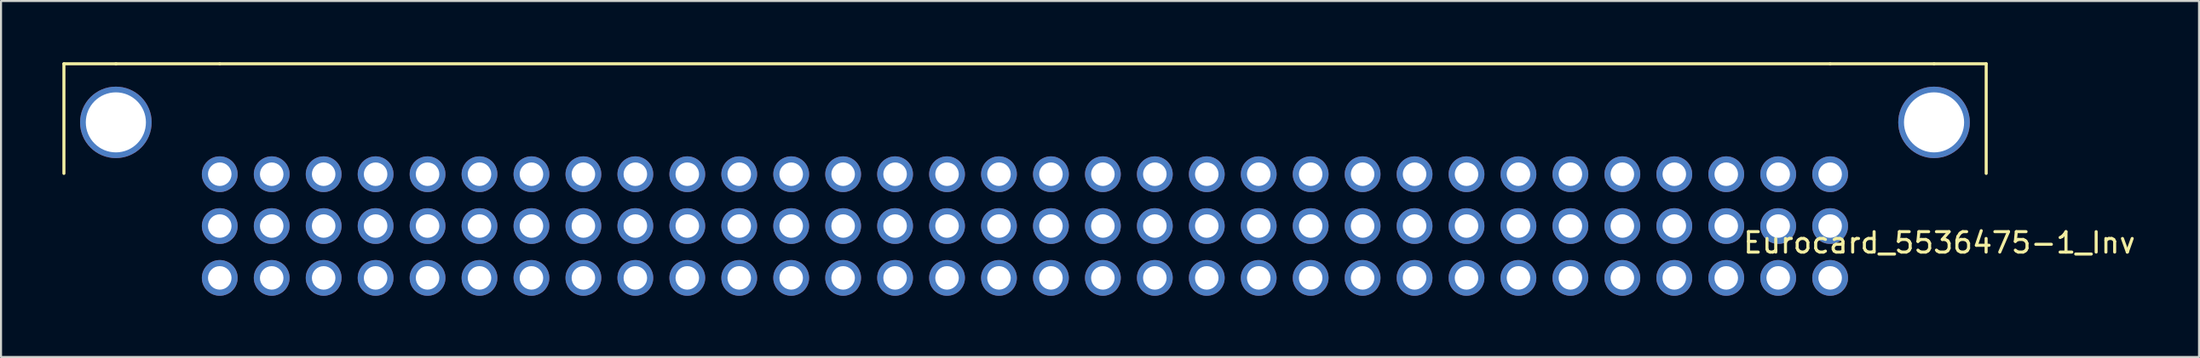
<source format=kicad_pcb>
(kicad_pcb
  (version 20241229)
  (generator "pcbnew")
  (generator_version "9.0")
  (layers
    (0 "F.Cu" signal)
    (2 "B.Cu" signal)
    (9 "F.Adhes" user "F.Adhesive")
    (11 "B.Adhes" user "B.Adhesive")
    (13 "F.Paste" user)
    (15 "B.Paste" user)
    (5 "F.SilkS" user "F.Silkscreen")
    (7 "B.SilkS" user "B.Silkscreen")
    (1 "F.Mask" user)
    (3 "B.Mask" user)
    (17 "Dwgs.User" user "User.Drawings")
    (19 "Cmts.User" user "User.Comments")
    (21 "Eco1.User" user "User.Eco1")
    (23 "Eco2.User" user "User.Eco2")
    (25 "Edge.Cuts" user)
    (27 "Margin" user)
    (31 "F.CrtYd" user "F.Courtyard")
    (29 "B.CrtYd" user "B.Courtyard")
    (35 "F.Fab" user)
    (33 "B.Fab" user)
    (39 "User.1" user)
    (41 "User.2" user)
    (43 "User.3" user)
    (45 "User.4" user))
  (footprint "Eurocard_5536475-1_Inv"
    (placed yes)
    (layer "F.Cu")
    (at 45.795 8.025)
    (property "Reference" "Eurocard_5536475-1_Inv" (at 45.98 0.82 0) (layer "F.SilkS") (effects (font (size 1 1) (thickness 0.15))))
    (attr through_hole)
    (fp_line (start -45.72 -7.95) (end -45.72 -2.58) (stroke (width 0.15) (type solid)) (layer "F.SilkS"))
    (fp_line (start -45.72 -7.95) (end -43.17 -7.95) (stroke (width 0.15) (type solid)) (layer "F.SilkS"))
    (fp_line (start -43.18 -7.95) (end -38.1 -7.95) (stroke (width 0.15) (type solid)) (layer "F.SilkS"))
    (fp_line (start -38.1 -7.95) (end 40.64 -7.95) (stroke (width 0.15) (type solid)) (layer "F.SilkS"))
    (fp_line (start 40.64 -7.95) (end 45.72 -7.95) (stroke (width 0.15) (type solid)) (layer "F.SilkS"))
    (fp_line (start 45.72 -7.95) (end 48.27 -7.95) (stroke (width 0.15) (type solid)) (layer "F.SilkS"))
    (fp_line (start 48.27 -7.95) (end 48.27 -2.58) (stroke (width 0.15) (type solid)) (layer "F.SilkS"))
    (pad "" np_thru_hole circle (at -43.18 -5.08 90) (size 3.5 3.5) (drill 2.94) (layers "*.Cu" "*.Mask"))
    (pad "" np_thru_hole circle (at 45.72 -5.08 90) (size 3.5 3.5) (drill 2.94) (layers "*.Cu" "*.Mask"))
    (pad "a1" thru_hole circle (at 40.64 -2.54 270) (size 1.75 1.75) (drill 1.15) (layers "*.Cu" "*.Mask"))
    (pad "a2" thru_hole circle (at 38.1 -2.54 270) (size 1.75 1.75) (drill 1.15) (layers "*.Cu" "*.Mask"))
    (pad "a3" thru_hole circle (at 35.56 -2.54 270) (size 1.75 1.75) (drill 1.15) (layers "*.Cu" "*.Mask"))
    (pad "a4" thru_hole circle (at 33.02 -2.54 270) (size 1.75 1.75) (drill 1.15) (layers "*.Cu" "*.Mask"))
    (pad "a5" thru_hole circle (at 30.48 -2.54 270) (size 1.75 1.75) (drill 1.15) (layers "*.Cu" "*.Mask"))
    (pad "a6" thru_hole circle (at 27.94 -2.54 270) (size 1.75 1.75) (drill 1.15) (layers "*.Cu" "*.Mask"))
    (pad "a7" thru_hole circle (at 25.4 -2.54 270) (size 1.75 1.75) (drill 1.15) (layers "*.Cu" "*.Mask"))
    (pad "a8" thru_hole circle (at 22.86 -2.54 270) (size 1.75 1.75) (drill 1.15) (layers "*.Cu" "*.Mask"))
    (pad "a9" thru_hole circle (at 20.32 -2.54 270) (size 1.75 1.75) (drill 1.15) (layers "*.Cu" "*.Mask"))
    (pad "a10" thru_hole circle (at 17.78 -2.54 270) (size 1.75 1.75) (drill 1.15) (layers "*.Cu" "*.Mask"))
    (pad "a11" thru_hole circle (at 15.24 -2.54 270) (size 1.75 1.75) (drill 1.15) (layers "*.Cu" "*.Mask"))
    (pad "a12" thru_hole circle (at 12.7 -2.54 270) (size 1.75 1.75) (drill 1.15) (layers "*.Cu" "*.Mask"))
    (pad "a13" thru_hole circle (at 10.16 -2.54 270) (size 1.75 1.75) (drill 1.15) (layers "*.Cu" "*.Mask"))
    (pad "a14" thru_hole circle (at 7.62 -2.54 270) (size 1.75 1.75) (drill 1.15) (layers "*.Cu" "*.Mask"))
    (pad "a15" thru_hole circle (at 5.08 -2.54 270) (size 1.75 1.75) (drill 1.15) (layers "*.Cu" "*.Mask"))
    (pad "a16" thru_hole circle (at 2.54 -2.54 270) (size 1.75 1.75) (drill 1.15) (layers "*.Cu" "*.Mask"))
    (pad "a17" thru_hole circle (at 0 -2.54 270) (size 1.75 1.75) (drill 1.15) (layers "*.Cu" "*.Mask"))
    (pad "a18" thru_hole circle (at -2.54 -2.54 270) (size 1.75 1.75) (drill 1.15) (layers "*.Cu" "*.Mask"))
    (pad "a19" thru_hole circle (at -5.08 -2.54 270) (size 1.75 1.75) (drill 1.15) (layers "*.Cu" "*.Mask"))
    (pad "a20" thru_hole circle (at -7.62 -2.54 270) (size 1.75 1.75) (drill 1.15) (layers "*.Cu" "*.Mask"))
    (pad "a21" thru_hole circle (at -10.16 -2.54 270) (size 1.75 1.75) (drill 1.15) (layers "*.Cu" "*.Mask"))
    (pad "a22" thru_hole circle (at -12.7 -2.54 270) (size 1.75 1.75) (drill 1.15) (layers "*.Cu" "*.Mask"))
    (pad "a23" thru_hole circle (at -15.24 -2.54 270) (size 1.75 1.75) (drill 1.15) (layers "*.Cu" "*.Mask"))
    (pad "a24" thru_hole circle (at -17.78 -2.54 270) (size 1.75 1.75) (drill 1.15) (layers "*.Cu" "*.Mask"))
    (pad "a25" thru_hole circle (at -20.32 -2.54 270) (size 1.75 1.75) (drill 1.15) (layers "*.Cu" "*.Mask"))
    (pad "a26" thru_hole circle (at -22.86 -2.54 270) (size 1.75 1.75) (drill 1.15) (layers "*.Cu" "*.Mask"))
    (pad "a27" thru_hole circle (at -25.4 -2.54 270) (size 1.75 1.75) (drill 1.15) (layers "*.Cu" "*.Mask"))
    (pad "a28" thru_hole circle (at -27.94 -2.54 270) (size 1.75 1.75) (drill 1.15) (layers "*.Cu" "*.Mask"))
    (pad "a29" thru_hole circle (at -30.48 -2.54 270) (size 1.75 1.75) (drill 1.15) (layers "*.Cu" "*.Mask"))
    (pad "a30" thru_hole circle (at -33.02 -2.54 270) (size 1.75 1.75) (drill 1.15) (layers "*.Cu" "*.Mask"))
    (pad "a31" thru_hole circle (at -35.56 -2.54 270) (size 1.75 1.75) (drill 1.15) (layers "*.Cu" "*.Mask"))
    (pad "a32" thru_hole circle (at -38.1 -2.54 270) (size 1.75 1.75) (drill 1.15) (layers "*.Cu" "*.Mask"))
    (pad "b1" thru_hole circle (at 40.64 0 270) (size 1.75 1.75) (drill 1.15) (layers "*.Cu" "*.Mask"))
    (pad "b2" thru_hole circle (at 38.1 0 270) (size 1.75 1.75) (drill 1.15) (layers "*.Cu" "*.Mask"))
    (pad "b3" thru_hole circle (at 35.56 0 270) (size 1.75 1.75) (drill 1.15) (layers "*.Cu" "*.Mask"))
    (pad "b4" thru_hole circle (at 33.02 0 270) (size 1.75 1.75) (drill 1.15) (layers "*.Cu" "*.Mask"))
    (pad "b5" thru_hole circle (at 30.48 0 270) (size 1.75 1.75) (drill 1.15) (layers "*.Cu" "*.Mask"))
    (pad "b6" thru_hole circle (at 27.94 0 270) (size 1.75 1.75) (drill 1.15) (layers "*.Cu" "*.Mask"))
    (pad "b7" thru_hole circle (at 25.4 0 270) (size 1.75 1.75) (drill 1.15) (layers "*.Cu" "*.Mask"))
    (pad "b8" thru_hole circle (at 22.86 0 270) (size 1.75 1.75) (drill 1.15) (layers "*.Cu" "*.Mask"))
    (pad "b9" thru_hole circle (at 20.32 0 270) (size 1.75 1.75) (drill 1.15) (layers "*.Cu" "*.Mask"))
    (pad "b10" thru_hole circle (at 17.78 0 270) (size 1.75 1.75) (drill 1.15) (layers "*.Cu" "*.Mask"))
    (pad "b11" thru_hole circle (at 15.24 0 270) (size 1.75 1.75) (drill 1.15) (layers "*.Cu" "*.Mask"))
    (pad "b12" thru_hole circle (at 12.7 0 270) (size 1.75 1.75) (drill 1.15) (layers "*.Cu" "*.Mask"))
    (pad "b13" thru_hole circle (at 10.16 0 270) (size 1.75 1.75) (drill 1.15) (layers "*.Cu" "*.Mask"))
    (pad "b14" thru_hole circle (at 7.62 0 270) (size 1.75 1.75) (drill 1.15) (layers "*.Cu" "*.Mask"))
    (pad "b15" thru_hole circle (at 5.08 0 270) (size 1.75 1.75) (drill 1.15) (layers "*.Cu" "*.Mask"))
    (pad "b16" thru_hole circle (at 2.54 0 270) (size 1.75 1.75) (drill 1.15) (layers "*.Cu" "*.Mask"))
    (pad "b17" thru_hole circle (at 0 0 270) (size 1.75 1.75) (drill 1.15) (layers "*.Cu" "*.Mask"))
    (pad "b18" thru_hole circle (at -2.54 0 270) (size 1.75 1.75) (drill 1.15) (layers "*.Cu" "*.Mask"))
    (pad "b19" thru_hole circle (at -5.08 0 270) (size 1.75 1.75) (drill 1.15) (layers "*.Cu" "*.Mask"))
    (pad "b20" thru_hole circle (at -7.62 0 270) (size 1.75 1.75) (drill 1.15) (layers "*.Cu" "*.Mask"))
    (pad "b21" thru_hole circle (at -10.16 0 270) (size 1.75 1.75) (drill 1.15) (layers "*.Cu" "*.Mask"))
    (pad "b22" thru_hole circle (at -12.7 0 270) (size 1.75 1.75) (drill 1.15) (layers "*.Cu" "*.Mask"))
    (pad "b23" thru_hole circle (at -15.24 0 270) (size 1.75 1.75) (drill 1.15) (layers "*.Cu" "*.Mask"))
    (pad "b24" thru_hole circle (at -17.78 0 270) (size 1.75 1.75) (drill 1.15) (layers "*.Cu" "*.Mask"))
    (pad "b25" thru_hole circle (at -20.32 0 270) (size 1.75 1.75) (drill 1.15) (layers "*.Cu" "*.Mask"))
    (pad "b26" thru_hole circle (at -22.86 0 270) (size 1.75 1.75) (drill 1.15) (layers "*.Cu" "*.Mask"))
    (pad "b27" thru_hole circle (at -25.4 0 270) (size 1.75 1.75) (drill 1.15) (layers "*.Cu" "*.Mask"))
    (pad "b28" thru_hole circle (at -27.94 0 270) (size 1.75 1.75) (drill 1.15) (layers "*.Cu" "*.Mask"))
    (pad "b29" thru_hole circle (at -30.48 0 270) (size 1.75 1.75) (drill 1.15) (layers "*.Cu" "*.Mask"))
    (pad "b30" thru_hole circle (at -33.02 0 270) (size 1.75 1.75) (drill 1.15) (layers "*.Cu" "*.Mask"))
    (pad "b31" thru_hole circle (at -35.56 0 270) (size 1.75 1.75) (drill 1.15) (layers "*.Cu" "*.Mask"))
    (pad "b32" thru_hole circle (at -38.1 0 270) (size 1.75 1.75) (drill 1.15) (layers "*.Cu" "*.Mask"))
    (pad "c1" thru_hole circle (at 40.64 2.54 270) (size 1.75 1.75) (drill 1.15) (layers "*.Cu" "*.Mask"))
    (pad "c2" thru_hole circle (at 38.1 2.54 270) (size 1.75 1.75) (drill 1.15) (layers "*.Cu" "*.Mask"))
    (pad "c3" thru_hole circle (at 35.56 2.54 270) (size 1.75 1.75) (drill 1.15) (layers "*.Cu" "*.Mask"))
    (pad "c4" thru_hole circle (at 33.02 2.54 270) (size 1.75 1.75) (drill 1.15) (layers "*.Cu" "*.Mask"))
    (pad "c5" thru_hole circle (at 30.48 2.54 270) (size 1.75 1.75) (drill 1.15) (layers "*.Cu" "*.Mask"))
    (pad "c6" thru_hole circle (at 27.94 2.54 270) (size 1.75 1.75) (drill 1.15) (layers "*.Cu" "*.Mask"))
    (pad "c7" thru_hole circle (at 25.4 2.54 270) (size 1.75 1.75) (drill 1.15) (layers "*.Cu" "*.Mask"))
    (pad "c8" thru_hole circle (at 22.86 2.54 270) (size 1.75 1.75) (drill 1.15) (layers "*.Cu" "*.Mask"))
    (pad "c9" thru_hole circle (at 20.32 2.54 270) (size 1.75 1.75) (drill 1.15) (layers "*.Cu" "*.Mask"))
    (pad "c10" thru_hole circle (at 17.78 2.54 270) (size 1.75 1.75) (drill 1.15) (layers "*.Cu" "*.Mask"))
    (pad "c11" thru_hole circle (at 15.24 2.54 270) (size 1.75 1.75) (drill 1.15) (layers "*.Cu" "*.Mask"))
    (pad "c12" thru_hole circle (at 12.7 2.54 270) (size 1.75 1.75) (drill 1.15) (layers "*.Cu" "*.Mask"))
    (pad "c13" thru_hole circle (at 10.16 2.54 270) (size 1.75 1.75) (drill 1.15) (layers "*.Cu" "*.Mask"))
    (pad "c14" thru_hole circle (at 7.62 2.54 270) (size 1.75 1.75) (drill 1.15) (layers "*.Cu" "*.Mask"))
    (pad "c15" thru_hole circle (at 5.08 2.54 270) (size 1.75 1.75) (drill 1.15) (layers "*.Cu" "*.Mask"))
    (pad "c16" thru_hole circle (at 2.54 2.54 270) (size 1.75 1.75) (drill 1.15) (layers "*.Cu" "*.Mask"))
    (pad "c17" thru_hole circle (at 0 2.54 270) (size 1.75 1.75) (drill 1.15) (layers "*.Cu" "*.Mask"))
    (pad "c18" thru_hole circle (at -2.54 2.54 270) (size 1.75 1.75) (drill 1.15) (layers "*.Cu" "*.Mask"))
    (pad "c19" thru_hole circle (at -5.08 2.54 270) (size 1.75 1.75) (drill 1.15) (layers "*.Cu" "*.Mask"))
    (pad "c20" thru_hole circle (at -7.62 2.54 270) (size 1.75 1.75) (drill 1.15) (layers "*.Cu" "*.Mask"))
    (pad "c21" thru_hole circle (at -10.16 2.54 270) (size 1.75 1.75) (drill 1.15) (layers "*.Cu" "*.Mask"))
    (pad "c22" thru_hole circle (at -12.7 2.54 270) (size 1.75 1.75) (drill 1.15) (layers "*.Cu" "*.Mask"))
    (pad "c23" thru_hole circle (at -15.24 2.54 270) (size 1.75 1.75) (drill 1.15) (layers "*.Cu" "*.Mask"))
    (pad "c24" thru_hole circle (at -17.78 2.54 270) (size 1.75 1.75) (drill 1.15) (layers "*.Cu" "*.Mask"))
    (pad "c25" thru_hole circle (at -20.32 2.54 270) (size 1.75 1.75) (drill 1.15) (layers "*.Cu" "*.Mask"))
    (pad "c26" thru_hole circle (at -22.86 2.54 270) (size 1.75 1.75) (drill 1.15) (layers "*.Cu" "*.Mask"))
    (pad "c27" thru_hole circle (at -25.4 2.54 270) (size 1.75 1.75) (drill 1.15) (layers "*.Cu" "*.Mask"))
    (pad "c28" thru_hole circle (at -27.94 2.54 270) (size 1.75 1.75) (drill 1.15) (layers "*.Cu" "*.Mask"))
    (pad "c29" thru_hole circle (at -30.48 2.54 270) (size 1.75 1.75) (drill 1.15) (layers "*.Cu" "*.Mask"))
    (pad "c30" thru_hole circle (at -33.02 2.54 270) (size 1.75 1.75) (drill 1.15) (layers "*.Cu" "*.Mask"))
    (pad "c31" thru_hole circle (at -35.56 2.54 270) (size 1.75 1.75) (drill 1.15) (layers "*.Cu" "*.Mask"))
    (pad "c32" thru_hole circle (at -38.1 2.54 270) (size 1.75 1.75) (drill 1.15) (layers "*.Cu" "*.Mask")))
  (gr_rect
    (start -3 -3)
    (end 104.471 14.44)
    (stroke (width 0.1) (type default))
    (fill no)
    (layer "Edge.Cuts")))
</source>
